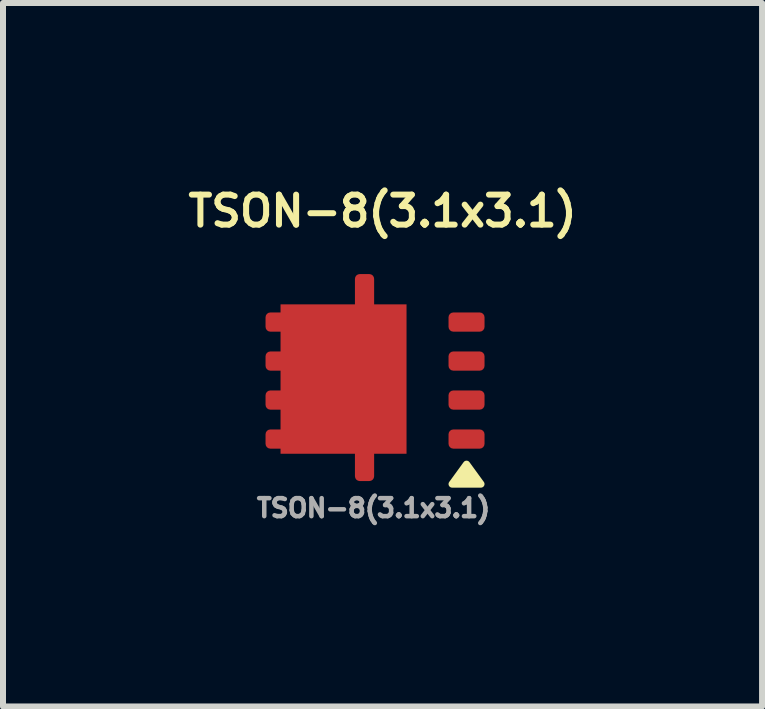
<source format=kicad_pcb>
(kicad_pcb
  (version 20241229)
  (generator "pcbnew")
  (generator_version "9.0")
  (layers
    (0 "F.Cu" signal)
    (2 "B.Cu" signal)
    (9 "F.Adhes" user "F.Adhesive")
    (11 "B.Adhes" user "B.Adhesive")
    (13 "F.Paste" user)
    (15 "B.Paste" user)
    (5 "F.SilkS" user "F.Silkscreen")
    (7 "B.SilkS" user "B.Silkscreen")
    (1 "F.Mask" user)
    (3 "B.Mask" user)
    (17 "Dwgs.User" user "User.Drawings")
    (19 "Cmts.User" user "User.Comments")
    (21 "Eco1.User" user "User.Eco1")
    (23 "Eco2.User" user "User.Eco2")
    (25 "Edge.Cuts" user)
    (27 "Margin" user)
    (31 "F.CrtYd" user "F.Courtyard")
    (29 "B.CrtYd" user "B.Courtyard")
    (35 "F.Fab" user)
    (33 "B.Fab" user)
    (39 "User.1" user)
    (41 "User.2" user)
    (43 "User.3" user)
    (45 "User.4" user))
  (footprint "TSON-8(3.1x3.1)"
    (layer "F.Cu")
    (at 3.126 3.168)
    (property "Reference" "TSON-8(3.1x3.1)" (at 0.2 -2.7 0) (unlocked yes) (layer "F.SilkS") (effects (font (size 0.5 0.5) (thickness 0.1))))
    (attr smd)
    (fp_poly (pts (xy 1.6 1.52) (xy 1.84 1.85) (xy 1.36 1.85) (xy 1.6 1.52)) (stroke (width 0.12) (type solid)) (fill yes) (layer "F.SilkS"))
    (fp_rect (start -1.95 -1.8) (end 2.1 1.9) (stroke (width 0.1) (type default)) (fill no) (layer "Margin"))
    (fp_text user "D" (at -1.55 -1.2 0) (unlocked yes) (layer "Eco2.User") (effects (font (size 0.3 0.3) (thickness 0.075)) (justify left bottom)))
    (fp_text user "S" (at 0.95 1.25 0) (unlocked yes) (layer "Eco2.User") (effects (font (size 0.3 0.3) (thickness 0.075)) (justify left bottom)))
    (fp_text user "G" (at 1.35 -1.1 0) (unlocked yes) (layer "Eco2.User") (effects (font (size 0.3 0.3) (thickness 0.075)) (justify left bottom)))
    (fp_text user "${REFERENCE}" (at 0.05 2.25 0) (unlocked yes) (layer "F.Fab") (effects (font (size 0.3 0.3) (thickness 0.075))))
    (pad "1" smd roundrect (at -1.25 -0.85) (size 1 0.32) (layers "F.Cu" "F.Mask" "F.Paste") (roundrect_rratio 0.25))
    (pad "1" smd roundrect (at -1.25 -0.2) (size 1 0.32) (layers "F.Cu" "F.Mask" "F.Paste") (roundrect_rratio 0.25))
    (pad "1" smd roundrect (at -1.25 0.45) (size 1 0.32) (layers "F.Cu" "F.Mask" "F.Paste") (roundrect_rratio 0.25))
    (pad "1" smd roundrect (at -1.25 1.1) (size 1 0.32) (layers "F.Cu" "F.Mask" "F.Paste") (roundrect_rratio 0.25))
    (pad "1" smd trapezoid (at -0.45 0.1 90) (size 2.49 2.1) (layers "F.Cu" "F.Mask" "F.Paste"))
    (pad "1" smd roundrect (at -0.1 -1.35 90) (size 0.6 0.32) (layers "F.Cu" "F.Mask" "F.Paste") (roundrect_rratio 0.25))
    (pad "1" smd roundrect (at -0.1 1.5 90) (size 0.6 0.32) (layers "F.Cu" "F.Mask" "F.Paste") (roundrect_rratio 0.25))
    (pad "2" smd roundrect (at 1.6 -0.85) (size 0.6 0.32) (layers "F.Cu" "F.Mask" "F.Paste") (roundrect_rratio 0.25))
    (pad "3" smd roundrect (at 1.6 -0.2) (size 0.6 0.32) (layers "F.Cu" "F.Mask" "F.Paste") (roundrect_rratio 0.25))
    (pad "3" smd roundrect (at 1.6 0.45) (size 0.6 0.32) (layers "F.Cu" "F.Mask" "F.Paste") (roundrect_rratio 0.25))
    (pad "3" smd roundrect (at 1.6 1.1) (size 0.6 0.32) (layers "F.Cu" "F.Mask" "F.Paste") (roundrect_rratio 0.25)))
  (gr_rect
    (start -3 -3)
    (end 9.652 8.725)
    (stroke (width 0.1) (type default))
    (fill no)
    (layer "Edge.Cuts")))
</source>
